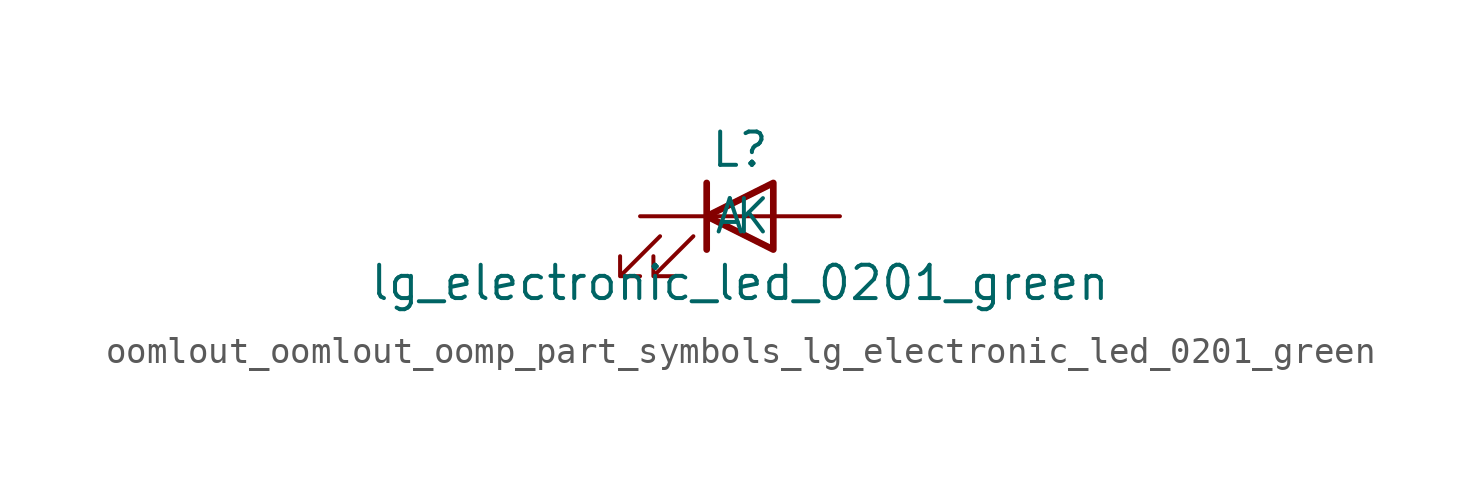
<source format=kicad_sym>
(kicad_symbol_lib
  (version 20220914)
  (generator kicad_symbol_editor)
  (symbol "oomlout_oomlout_oomp_part_symbols_lg_electronic_led_0201_green"
    (pin_numbers hide)
    (pin_names
      (offset 1.016))
    (property "Reference" "L"
      (at 0 2.54 0)
      (effects (font (size 1.27 1.27))))
    (property "Value" "lg_electronic_led_0201_green"
      (at 0 -2.54 0)
      (effects (font (size 1.27 1.27))))
    (symbol "oomlout_oomlout_oomp_part_symbols_lg_electronic_led_0201_green_0_1"
      (polyline (pts (xy -1.27 -1.27) (xy -1.27 1.27)) (stroke (width 0.254) (type default)) (fill (type none)))
      (polyline (pts (xy -1.27 0) (xy 1.27 0)) (stroke (width 0) (type default)) (fill (type none)))
      (polyline (pts (xy 1.27 -1.27) (xy 1.27 1.27) (xy -1.27 0) (xy 1.27 -1.27)) (stroke (width 0.254) (type default)) (fill (type none)))
      (polyline (pts (xy -3.048 -0.762) (xy -4.572 -2.286) (xy -3.81 -2.286) (xy -4.572 -2.286) (xy -4.572 -1.524)) (stroke (width 0) (type default)) (fill (type none)))
      (polyline (pts (xy -1.778 -0.762) (xy -3.302 -2.286) (xy -2.54 -2.286) (xy -3.302 -2.286) (xy -3.302 -1.524)) (stroke (width 0) (type default)) (fill (type none))))
    (symbol "oomlout_oomlout_oomp_part_symbols_lg_electronic_led_0201_green_1_1"
      (pin passive line (at -3.81 0 0) (length 2.54) (name "K" (effects (font (size 1.27 1.27)))) (number "1" (effects (font (size 1.27 1.27)))))
      (pin passive line (at 3.81 0 180) (length 2.54) (name "A" (effects (font (size 1.27 1.27)))) (number "2" (effects (font (size 1.27 1.27))))))))
</source>
